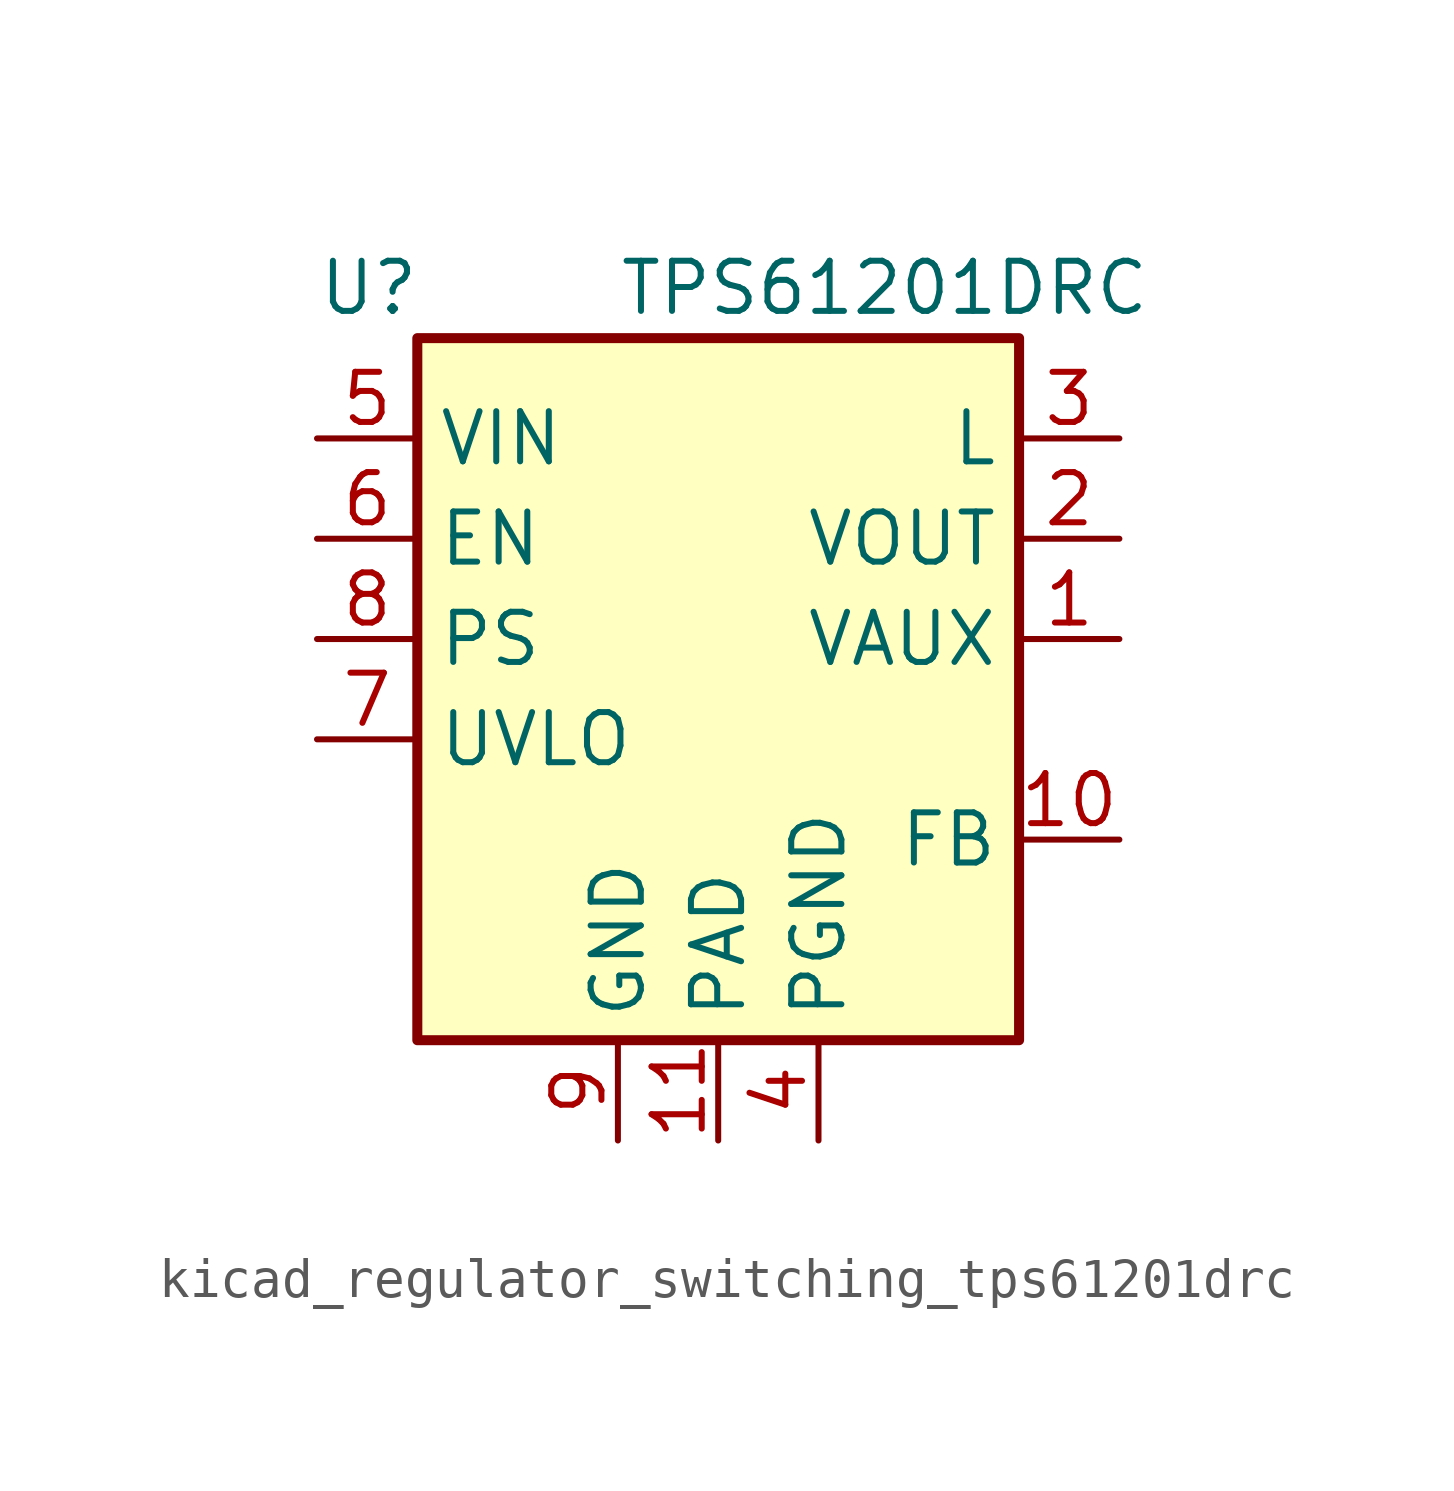
<source format=kicad_sym>
(kicad_symbol_lib
  (version 20220914)
  (generator kicad_symbol_editor)
  (symbol "kicad_regulator_switching_tps61201drc"
    (property "Reference" "U"
      (at -10.16 8.89 0)
      (effects (font (size 1.27 1.27)) (justify left)))
    (property "Value" "TPS61201DRC"
      (at -2.54 8.89 0)
      (effects (font (size 1.27 1.27)) (justify left)))
    (symbol "kicad_regulator_switching_tps61201drc_0_1"
      (rectangle (start -7.62 7.62) (end 7.62 -10.16) (stroke (width 0.254) (type default)) (fill (type background))))
    (symbol "kicad_regulator_switching_tps61201drc_1_1"
      (pin bidirectional line (at 10.16 0 180) (length 2.54) (name "VAUX" (effects (font (size 1.27 1.27)))) (number "1" (effects (font (size 1.27 1.27)))))
      (pin input line (at 10.16 -5.08 180) (length 2.54) (name "FB" (effects (font (size 1.27 1.27)))) (number "10" (effects (font (size 1.27 1.27)))))
      (pin power_in line (at 0 -12.7 90) (length 2.54) (name "PAD" (effects (font (size 1.27 1.27)))) (number "11" (effects (font (size 1.27 1.27)))))
      (pin power_out line (at 10.16 2.54 180) (length 2.54) (name "VOUT" (effects (font (size 1.27 1.27)))) (number "2" (effects (font (size 1.27 1.27)))))
      (pin input line (at 10.16 5.08 180) (length 2.54) (name "L" (effects (font (size 1.27 1.27)))) (number "3" (effects (font (size 1.27 1.27)))))
      (pin power_in line (at 2.54 -12.7 90) (length 2.54) (name "PGND" (effects (font (size 1.27 1.27)))) (number "4" (effects (font (size 1.27 1.27)))))
      (pin power_in line (at -10.16 5.08 0) (length 2.54) (name "VIN" (effects (font (size 1.27 1.27)))) (number "5" (effects (font (size 1.27 1.27)))))
      (pin input line (at -10.16 2.54 0) (length 2.54) (name "EN" (effects (font (size 1.27 1.27)))) (number "6" (effects (font (size 1.27 1.27)))))
      (pin input line (at -10.16 -2.54 0) (length 2.54) (name "UVLO" (effects (font (size 1.27 1.27)))) (number "7" (effects (font (size 1.27 1.27)))))
      (pin input line (at -10.16 0 0) (length 2.54) (name "PS" (effects (font (size 1.27 1.27)))) (number "8" (effects (font (size 1.27 1.27)))))
      (pin power_in line (at -2.54 -12.7 90) (length 2.54) (name "GND" (effects (font (size 1.27 1.27)))) (number "9" (effects (font (size 1.27 1.27))))))))
</source>
